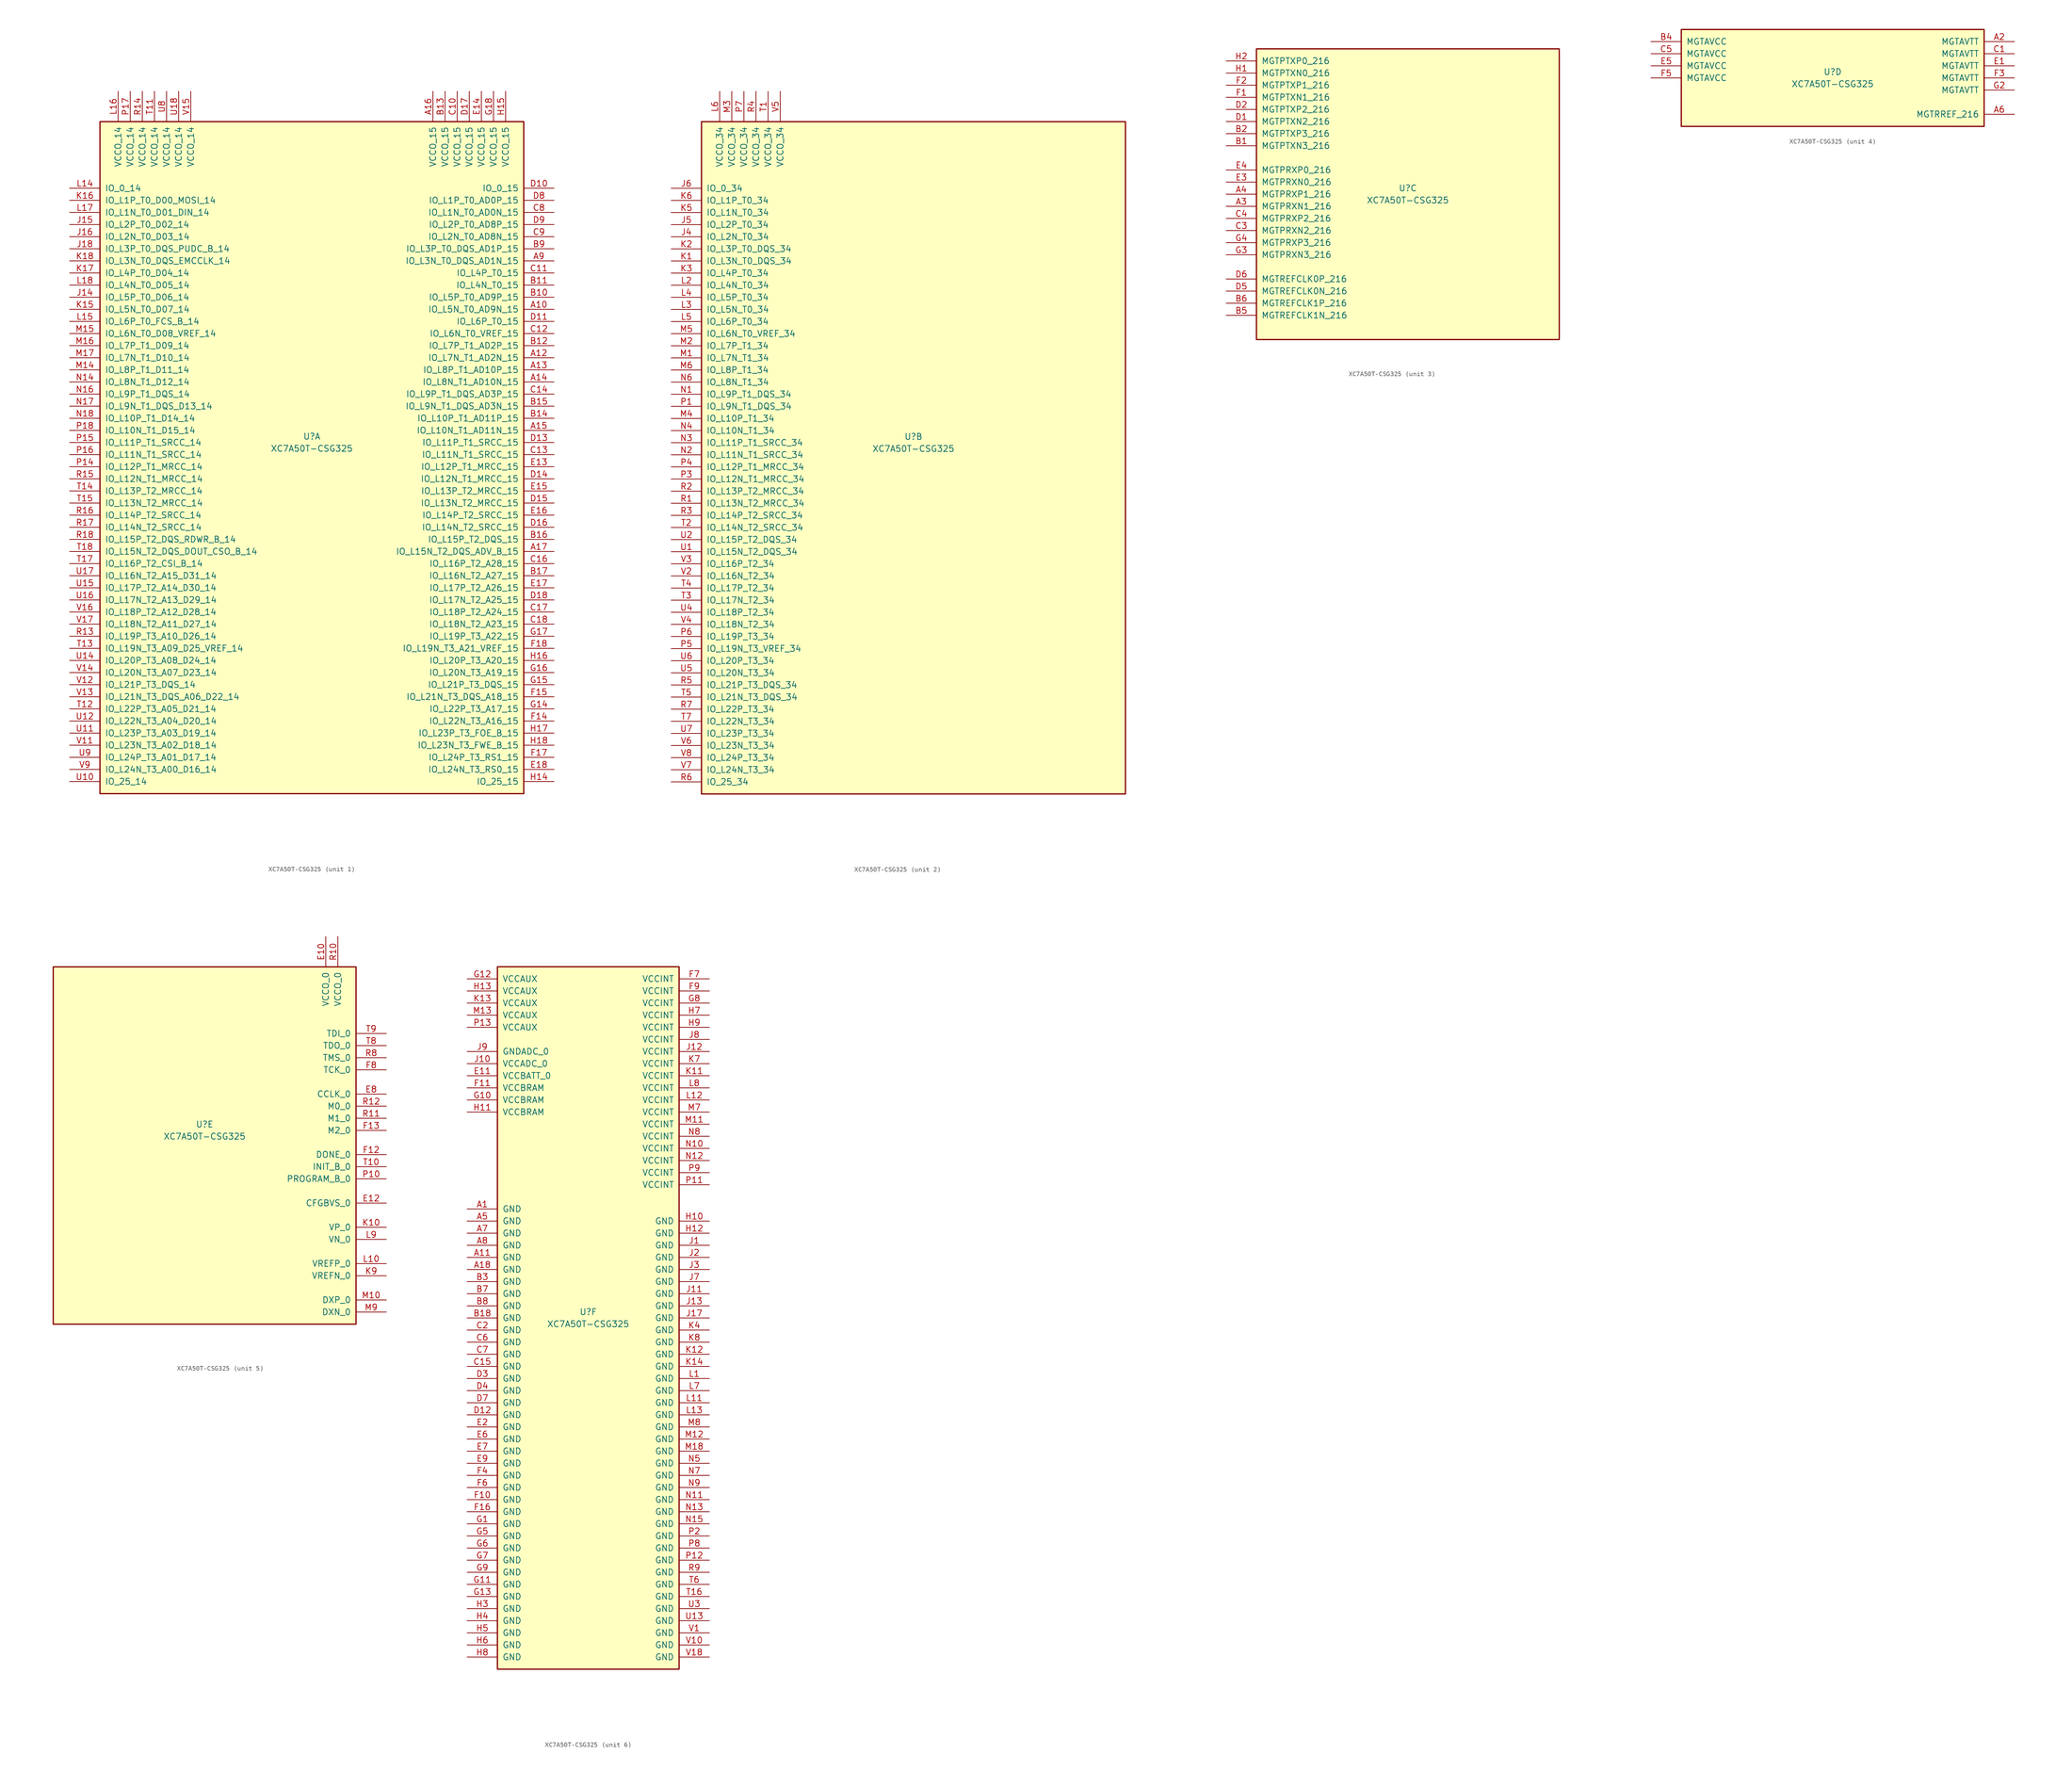
<source format=kicad_sym>
(kicad_symbol_lib
  (version 20201005)
  (generator kicad_symbol_editor)
  (symbol "XC7A50T-CSG325"
    (pin_names
      (offset 1.016))
    (property "Reference" "U"
      (at 0 1.27 0)
      (effects (font (size 1.27 1.27))))
    (property "Value" "XC7A50T-CSG325"
      (at 0 -1.27 0)
      (effects (font (size 1.27 1.27))))
    (property "Datasheet" ""
      (at 0 0 0)
      (effects (font (size 1.27 1.27))))
    (property "ki_locked" ""
      (at 0 0 0)
      (effects (font (size 1.27 1.27))))
    (symbol "XC7A50T-CSG325_1_1"
      (rectangle (start -44.45 67.31) (end 44.45 -73.66) (stroke (width 0.254)) (fill (type background)))
      (pin bidirectional line (at 50.8 27.94 180) (length 6.35) (name "IO_L5N_T0_AD9N_15" (effects (font (size 1.27 1.27)))) (number "A10" (effects (font (size 1.27 1.27)))))
      (pin bidirectional line (at 50.8 17.78 180) (length 6.35) (name "IO_L7N_T1_AD2N_15" (effects (font (size 1.27 1.27)))) (number "A12" (effects (font (size 1.27 1.27)))))
      (pin bidirectional line (at 50.8 15.24 180) (length 6.35) (name "IO_L8P_T1_AD10P_15" (effects (font (size 1.27 1.27)))) (number "A13" (effects (font (size 1.27 1.27)))))
      (pin bidirectional line (at 50.8 12.7 180) (length 6.35) (name "IO_L8N_T1_AD10N_15" (effects (font (size 1.27 1.27)))) (number "A14" (effects (font (size 1.27 1.27)))))
      (pin bidirectional line (at 50.8 2.54 180) (length 6.35) (name "IO_L10N_T1_AD11N_15" (effects (font (size 1.27 1.27)))) (number "A15" (effects (font (size 1.27 1.27)))))
      (pin power_in line (at 25.4 73.66 270) (length 6.35) (name "VCCO_15" (effects (font (size 1.27 1.27)))) (number "A16" (effects (font (size 1.27 1.27)))))
      (pin bidirectional line (at 50.8 -22.86 180) (length 6.35) (name "IO_L15N_T2_DQS_ADV_B_15" (effects (font (size 1.27 1.27)))) (number "A17" (effects (font (size 1.27 1.27)))))
      (pin bidirectional line (at 50.8 38.1 180) (length 6.35) (name "IO_L3N_T0_DQS_AD1N_15" (effects (font (size 1.27 1.27)))) (number "A9" (effects (font (size 1.27 1.27)))))
      (pin bidirectional line (at 50.8 30.48 180) (length 6.35) (name "IO_L5P_T0_AD9P_15" (effects (font (size 1.27 1.27)))) (number "B10" (effects (font (size 1.27 1.27)))))
      (pin bidirectional line (at 50.8 33.02 180) (length 6.35) (name "IO_L4N_T0_15" (effects (font (size 1.27 1.27)))) (number "B11" (effects (font (size 1.27 1.27)))))
      (pin bidirectional line (at 50.8 20.32 180) (length 6.35) (name "IO_L7P_T1_AD2P_15" (effects (font (size 1.27 1.27)))) (number "B12" (effects (font (size 1.27 1.27)))))
      (pin power_in line (at 27.94 73.66 270) (length 6.35) (name "VCCO_15" (effects (font (size 1.27 1.27)))) (number "B13" (effects (font (size 1.27 1.27)))))
      (pin bidirectional line (at 50.8 5.08 180) (length 6.35) (name "IO_L10P_T1_AD11P_15" (effects (font (size 1.27 1.27)))) (number "B14" (effects (font (size 1.27 1.27)))))
      (pin bidirectional line (at 50.8 7.62 180) (length 6.35) (name "IO_L9N_T1_DQS_AD3N_15" (effects (font (size 1.27 1.27)))) (number "B15" (effects (font (size 1.27 1.27)))))
      (pin bidirectional line (at 50.8 -20.32 180) (length 6.35) (name "IO_L15P_T2_DQS_15" (effects (font (size 1.27 1.27)))) (number "B16" (effects (font (size 1.27 1.27)))))
      (pin bidirectional line (at 50.8 -27.94 180) (length 6.35) (name "IO_L16N_T2_A27_15" (effects (font (size 1.27 1.27)))) (number "B17" (effects (font (size 1.27 1.27)))))
      (pin bidirectional line (at 50.8 40.64 180) (length 6.35) (name "IO_L3P_T0_DQS_AD1P_15" (effects (font (size 1.27 1.27)))) (number "B9" (effects (font (size 1.27 1.27)))))
      (pin power_in line (at 30.48 73.66 270) (length 6.35) (name "VCCO_15" (effects (font (size 1.27 1.27)))) (number "C10" (effects (font (size 1.27 1.27)))))
      (pin bidirectional line (at 50.8 35.56 180) (length 6.35) (name "IO_L4P_T0_15" (effects (font (size 1.27 1.27)))) (number "C11" (effects (font (size 1.27 1.27)))))
      (pin bidirectional line (at 50.8 22.86 180) (length 6.35) (name "IO_L6N_T0_VREF_15" (effects (font (size 1.27 1.27)))) (number "C12" (effects (font (size 1.27 1.27)))))
      (pin bidirectional line (at 50.8 -2.54 180) (length 6.35) (name "IO_L11N_T1_SRCC_15" (effects (font (size 1.27 1.27)))) (number "C13" (effects (font (size 1.27 1.27)))))
      (pin bidirectional line (at 50.8 10.16 180) (length 6.35) (name "IO_L9P_T1_DQS_AD3P_15" (effects (font (size 1.27 1.27)))) (number "C14" (effects (font (size 1.27 1.27)))))
      (pin bidirectional line (at 50.8 -25.4 180) (length 6.35) (name "IO_L16P_T2_A28_15" (effects (font (size 1.27 1.27)))) (number "C16" (effects (font (size 1.27 1.27)))))
      (pin bidirectional line (at 50.8 -35.56 180) (length 6.35) (name "IO_L18P_T2_A24_15" (effects (font (size 1.27 1.27)))) (number "C17" (effects (font (size 1.27 1.27)))))
      (pin bidirectional line (at 50.8 -38.1 180) (length 6.35) (name "IO_L18N_T2_A23_15" (effects (font (size 1.27 1.27)))) (number "C18" (effects (font (size 1.27 1.27)))))
      (pin bidirectional line (at 50.8 48.26 180) (length 6.35) (name "IO_L1N_T0_AD0N_15" (effects (font (size 1.27 1.27)))) (number "C8" (effects (font (size 1.27 1.27)))))
      (pin bidirectional line (at 50.8 43.18 180) (length 6.35) (name "IO_L2N_T0_AD8N_15" (effects (font (size 1.27 1.27)))) (number "C9" (effects (font (size 1.27 1.27)))))
      (pin bidirectional line (at 50.8 53.34 180) (length 6.35) (name "IO_0_15" (effects (font (size 1.27 1.27)))) (number "D10" (effects (font (size 1.27 1.27)))))
      (pin bidirectional line (at 50.8 25.4 180) (length 6.35) (name "IO_L6P_T0_15" (effects (font (size 1.27 1.27)))) (number "D11" (effects (font (size 1.27 1.27)))))
      (pin bidirectional line (at 50.8 0 180) (length 6.35) (name "IO_L11P_T1_SRCC_15" (effects (font (size 1.27 1.27)))) (number "D13" (effects (font (size 1.27 1.27)))))
      (pin bidirectional line (at 50.8 -7.62 180) (length 6.35) (name "IO_L12N_T1_MRCC_15" (effects (font (size 1.27 1.27)))) (number "D14" (effects (font (size 1.27 1.27)))))
      (pin bidirectional line (at 50.8 -12.7 180) (length 6.35) (name "IO_L13N_T2_MRCC_15" (effects (font (size 1.27 1.27)))) (number "D15" (effects (font (size 1.27 1.27)))))
      (pin bidirectional line (at 50.8 -17.78 180) (length 6.35) (name "IO_L14N_T2_SRCC_15" (effects (font (size 1.27 1.27)))) (number "D16" (effects (font (size 1.27 1.27)))))
      (pin power_in line (at 33.02 73.66 270) (length 6.35) (name "VCCO_15" (effects (font (size 1.27 1.27)))) (number "D17" (effects (font (size 1.27 1.27)))))
      (pin bidirectional line (at 50.8 -33.02 180) (length 6.35) (name "IO_L17N_T2_A25_15" (effects (font (size 1.27 1.27)))) (number "D18" (effects (font (size 1.27 1.27)))))
      (pin bidirectional line (at 50.8 50.8 180) (length 6.35) (name "IO_L1P_T0_AD0P_15" (effects (font (size 1.27 1.27)))) (number "D8" (effects (font (size 1.27 1.27)))))
      (pin bidirectional line (at 50.8 45.72 180) (length 6.35) (name "IO_L2P_T0_AD8P_15" (effects (font (size 1.27 1.27)))) (number "D9" (effects (font (size 1.27 1.27)))))
      (pin bidirectional line (at 50.8 -5.08 180) (length 6.35) (name "IO_L12P_T1_MRCC_15" (effects (font (size 1.27 1.27)))) (number "E13" (effects (font (size 1.27 1.27)))))
      (pin power_in line (at 35.56 73.66 270) (length 6.35) (name "VCCO_15" (effects (font (size 1.27 1.27)))) (number "E14" (effects (font (size 1.27 1.27)))))
      (pin bidirectional line (at 50.8 -10.16 180) (length 6.35) (name "IO_L13P_T2_MRCC_15" (effects (font (size 1.27 1.27)))) (number "E15" (effects (font (size 1.27 1.27)))))
      (pin bidirectional line (at 50.8 -15.24 180) (length 6.35) (name "IO_L14P_T2_SRCC_15" (effects (font (size 1.27 1.27)))) (number "E16" (effects (font (size 1.27 1.27)))))
      (pin bidirectional line (at 50.8 -30.48 180) (length 6.35) (name "IO_L17P_T2_A26_15" (effects (font (size 1.27 1.27)))) (number "E17" (effects (font (size 1.27 1.27)))))
      (pin bidirectional line (at 50.8 -68.58 180) (length 6.35) (name "IO_L24N_T3_RS0_15" (effects (font (size 1.27 1.27)))) (number "E18" (effects (font (size 1.27 1.27)))))
      (pin bidirectional line (at 50.8 -58.42 180) (length 6.35) (name "IO_L22N_T3_A16_15" (effects (font (size 1.27 1.27)))) (number "F14" (effects (font (size 1.27 1.27)))))
      (pin bidirectional line (at 50.8 -53.34 180) (length 6.35) (name "IO_L21N_T3_DQS_A18_15" (effects (font (size 1.27 1.27)))) (number "F15" (effects (font (size 1.27 1.27)))))
      (pin bidirectional line (at 50.8 -66.04 180) (length 6.35) (name "IO_L24P_T3_RS1_15" (effects (font (size 1.27 1.27)))) (number "F17" (effects (font (size 1.27 1.27)))))
      (pin bidirectional line (at 50.8 -43.18 180) (length 6.35) (name "IO_L19N_T3_A21_VREF_15" (effects (font (size 1.27 1.27)))) (number "F18" (effects (font (size 1.27 1.27)))))
      (pin bidirectional line (at 50.8 -55.88 180) (length 6.35) (name "IO_L22P_T3_A17_15" (effects (font (size 1.27 1.27)))) (number "G14" (effects (font (size 1.27 1.27)))))
      (pin bidirectional line (at 50.8 -50.8 180) (length 6.35) (name "IO_L21P_T3_DQS_15" (effects (font (size 1.27 1.27)))) (number "G15" (effects (font (size 1.27 1.27)))))
      (pin bidirectional line (at 50.8 -48.26 180) (length 6.35) (name "IO_L20N_T3_A19_15" (effects (font (size 1.27 1.27)))) (number "G16" (effects (font (size 1.27 1.27)))))
      (pin bidirectional line (at 50.8 -40.64 180) (length 6.35) (name "IO_L19P_T3_A22_15" (effects (font (size 1.27 1.27)))) (number "G17" (effects (font (size 1.27 1.27)))))
      (pin power_in line (at 38.1 73.66 270) (length 6.35) (name "VCCO_15" (effects (font (size 1.27 1.27)))) (number "G18" (effects (font (size 1.27 1.27)))))
      (pin bidirectional line (at 50.8 -71.12 180) (length 6.35) (name "IO_25_15" (effects (font (size 1.27 1.27)))) (number "H14" (effects (font (size 1.27 1.27)))))
      (pin power_in line (at 40.64 73.66 270) (length 6.35) (name "VCCO_15" (effects (font (size 1.27 1.27)))) (number "H15" (effects (font (size 1.27 1.27)))))
      (pin bidirectional line (at 50.8 -45.72 180) (length 6.35) (name "IO_L20P_T3_A20_15" (effects (font (size 1.27 1.27)))) (number "H16" (effects (font (size 1.27 1.27)))))
      (pin bidirectional line (at 50.8 -60.96 180) (length 6.35) (name "IO_L23P_T3_FOE_B_15" (effects (font (size 1.27 1.27)))) (number "H17" (effects (font (size 1.27 1.27)))))
      (pin bidirectional line (at 50.8 -63.5 180) (length 6.35) (name "IO_L23N_T3_FWE_B_15" (effects (font (size 1.27 1.27)))) (number "H18" (effects (font (size 1.27 1.27)))))
      (pin bidirectional line (at -50.8 30.48 0) (length 6.35) (name "IO_L5P_T0_D06_14" (effects (font (size 1.27 1.27)))) (number "J14" (effects (font (size 1.27 1.27)))))
      (pin bidirectional line (at -50.8 45.72 0) (length 6.35) (name "IO_L2P_T0_D02_14" (effects (font (size 1.27 1.27)))) (number "J15" (effects (font (size 1.27 1.27)))))
      (pin bidirectional line (at -50.8 43.18 0) (length 6.35) (name "IO_L2N_T0_D03_14" (effects (font (size 1.27 1.27)))) (number "J16" (effects (font (size 1.27 1.27)))))
      (pin bidirectional line (at -50.8 40.64 0) (length 6.35) (name "IO_L3P_T0_DQS_PUDC_B_14" (effects (font (size 1.27 1.27)))) (number "J18" (effects (font (size 1.27 1.27)))))
      (pin bidirectional line (at -50.8 27.94 0) (length 6.35) (name "IO_L5N_T0_D07_14" (effects (font (size 1.27 1.27)))) (number "K15" (effects (font (size 1.27 1.27)))))
      (pin bidirectional line (at -50.8 50.8 0) (length 6.35) (name "IO_L1P_T0_D00_MOSI_14" (effects (font (size 1.27 1.27)))) (number "K16" (effects (font (size 1.27 1.27)))))
      (pin bidirectional line (at -50.8 35.56 0) (length 6.35) (name "IO_L4P_T0_D04_14" (effects (font (size 1.27 1.27)))) (number "K17" (effects (font (size 1.27 1.27)))))
      (pin bidirectional line (at -50.8 38.1 0) (length 6.35) (name "IO_L3N_T0_DQS_EMCCLK_14" (effects (font (size 1.27 1.27)))) (number "K18" (effects (font (size 1.27 1.27)))))
      (pin bidirectional line (at -50.8 53.34 0) (length 6.35) (name "IO_0_14" (effects (font (size 1.27 1.27)))) (number "L14" (effects (font (size 1.27 1.27)))))
      (pin bidirectional line (at -50.8 25.4 0) (length 6.35) (name "IO_L6P_T0_FCS_B_14" (effects (font (size 1.27 1.27)))) (number "L15" (effects (font (size 1.27 1.27)))))
      (pin power_in line (at -40.64 73.66 270) (length 6.35) (name "VCCO_14" (effects (font (size 1.27 1.27)))) (number "L16" (effects (font (size 1.27 1.27)))))
      (pin bidirectional line (at -50.8 48.26 0) (length 6.35) (name "IO_L1N_T0_D01_DIN_14" (effects (font (size 1.27 1.27)))) (number "L17" (effects (font (size 1.27 1.27)))))
      (pin bidirectional line (at -50.8 33.02 0) (length 6.35) (name "IO_L4N_T0_D05_14" (effects (font (size 1.27 1.27)))) (number "L18" (effects (font (size 1.27 1.27)))))
      (pin bidirectional line (at -50.8 15.24 0) (length 6.35) (name "IO_L8P_T1_D11_14" (effects (font (size 1.27 1.27)))) (number "M14" (effects (font (size 1.27 1.27)))))
      (pin bidirectional line (at -50.8 22.86 0) (length 6.35) (name "IO_L6N_T0_D08_VREF_14" (effects (font (size 1.27 1.27)))) (number "M15" (effects (font (size 1.27 1.27)))))
      (pin bidirectional line (at -50.8 20.32 0) (length 6.35) (name "IO_L7P_T1_D09_14" (effects (font (size 1.27 1.27)))) (number "M16" (effects (font (size 1.27 1.27)))))
      (pin bidirectional line (at -50.8 17.78 0) (length 6.35) (name "IO_L7N_T1_D10_14" (effects (font (size 1.27 1.27)))) (number "M17" (effects (font (size 1.27 1.27)))))
      (pin bidirectional line (at -50.8 12.7 0) (length 6.35) (name "IO_L8N_T1_D12_14" (effects (font (size 1.27 1.27)))) (number "N14" (effects (font (size 1.27 1.27)))))
      (pin bidirectional line (at -50.8 10.16 0) (length 6.35) (name "IO_L9P_T1_DQS_14" (effects (font (size 1.27 1.27)))) (number "N16" (effects (font (size 1.27 1.27)))))
      (pin bidirectional line (at -50.8 7.62 0) (length 6.35) (name "IO_L9N_T1_DQS_D13_14" (effects (font (size 1.27 1.27)))) (number "N17" (effects (font (size 1.27 1.27)))))
      (pin bidirectional line (at -50.8 5.08 0) (length 6.35) (name "IO_L10P_T1_D14_14" (effects (font (size 1.27 1.27)))) (number "N18" (effects (font (size 1.27 1.27)))))
      (pin bidirectional line (at -50.8 -5.08 0) (length 6.35) (name "IO_L12P_T1_MRCC_14" (effects (font (size 1.27 1.27)))) (number "P14" (effects (font (size 1.27 1.27)))))
      (pin bidirectional line (at -50.8 0 0) (length 6.35) (name "IO_L11P_T1_SRCC_14" (effects (font (size 1.27 1.27)))) (number "P15" (effects (font (size 1.27 1.27)))))
      (pin bidirectional line (at -50.8 -2.54 0) (length 6.35) (name "IO_L11N_T1_SRCC_14" (effects (font (size 1.27 1.27)))) (number "P16" (effects (font (size 1.27 1.27)))))
      (pin power_in line (at -38.1 73.66 270) (length 6.35) (name "VCCO_14" (effects (font (size 1.27 1.27)))) (number "P17" (effects (font (size 1.27 1.27)))))
      (pin bidirectional line (at -50.8 2.54 0) (length 6.35) (name "IO_L10N_T1_D15_14" (effects (font (size 1.27 1.27)))) (number "P18" (effects (font (size 1.27 1.27)))))
      (pin bidirectional line (at -50.8 -40.64 0) (length 6.35) (name "IO_L19P_T3_A10_D26_14" (effects (font (size 1.27 1.27)))) (number "R13" (effects (font (size 1.27 1.27)))))
      (pin power_in line (at -35.56 73.66 270) (length 6.35) (name "VCCO_14" (effects (font (size 1.27 1.27)))) (number "R14" (effects (font (size 1.27 1.27)))))
      (pin bidirectional line (at -50.8 -7.62 0) (length 6.35) (name "IO_L12N_T1_MRCC_14" (effects (font (size 1.27 1.27)))) (number "R15" (effects (font (size 1.27 1.27)))))
      (pin bidirectional line (at -50.8 -15.24 0) (length 6.35) (name "IO_L14P_T2_SRCC_14" (effects (font (size 1.27 1.27)))) (number "R16" (effects (font (size 1.27 1.27)))))
      (pin bidirectional line (at -50.8 -17.78 0) (length 6.35) (name "IO_L14N_T2_SRCC_14" (effects (font (size 1.27 1.27)))) (number "R17" (effects (font (size 1.27 1.27)))))
      (pin bidirectional line (at -50.8 -20.32 0) (length 6.35) (name "IO_L15P_T2_DQS_RDWR_B_14" (effects (font (size 1.27 1.27)))) (number "R18" (effects (font (size 1.27 1.27)))))
      (pin power_in line (at -33.02 73.66 270) (length 6.35) (name "VCCO_14" (effects (font (size 1.27 1.27)))) (number "T11" (effects (font (size 1.27 1.27)))))
      (pin bidirectional line (at -50.8 -55.88 0) (length 6.35) (name "IO_L22P_T3_A05_D21_14" (effects (font (size 1.27 1.27)))) (number "T12" (effects (font (size 1.27 1.27)))))
      (pin bidirectional line (at -50.8 -43.18 0) (length 6.35) (name "IO_L19N_T3_A09_D25_VREF_14" (effects (font (size 1.27 1.27)))) (number "T13" (effects (font (size 1.27 1.27)))))
      (pin bidirectional line (at -50.8 -10.16 0) (length 6.35) (name "IO_L13P_T2_MRCC_14" (effects (font (size 1.27 1.27)))) (number "T14" (effects (font (size 1.27 1.27)))))
      (pin bidirectional line (at -50.8 -12.7 0) (length 6.35) (name "IO_L13N_T2_MRCC_14" (effects (font (size 1.27 1.27)))) (number "T15" (effects (font (size 1.27 1.27)))))
      (pin bidirectional line (at -50.8 -25.4 0) (length 6.35) (name "IO_L16P_T2_CSI_B_14" (effects (font (size 1.27 1.27)))) (number "T17" (effects (font (size 1.27 1.27)))))
      (pin bidirectional line (at -50.8 -22.86 0) (length 6.35) (name "IO_L15N_T2_DQS_DOUT_CSO_B_14" (effects (font (size 1.27 1.27)))) (number "T18" (effects (font (size 1.27 1.27)))))
      (pin bidirectional line (at -50.8 -71.12 0) (length 6.35) (name "IO_25_14" (effects (font (size 1.27 1.27)))) (number "U10" (effects (font (size 1.27 1.27)))))
      (pin bidirectional line (at -50.8 -60.96 0) (length 6.35) (name "IO_L23P_T3_A03_D19_14" (effects (font (size 1.27 1.27)))) (number "U11" (effects (font (size 1.27 1.27)))))
      (pin bidirectional line (at -50.8 -58.42 0) (length 6.35) (name "IO_L22N_T3_A04_D20_14" (effects (font (size 1.27 1.27)))) (number "U12" (effects (font (size 1.27 1.27)))))
      (pin bidirectional line (at -50.8 -45.72 0) (length 6.35) (name "IO_L20P_T3_A08_D24_14" (effects (font (size 1.27 1.27)))) (number "U14" (effects (font (size 1.27 1.27)))))
      (pin bidirectional line (at -50.8 -30.48 0) (length 6.35) (name "IO_L17P_T2_A14_D30_14" (effects (font (size 1.27 1.27)))) (number "U15" (effects (font (size 1.27 1.27)))))
      (pin bidirectional line (at -50.8 -33.02 0) (length 6.35) (name "IO_L17N_T2_A13_D29_14" (effects (font (size 1.27 1.27)))) (number "U16" (effects (font (size 1.27 1.27)))))
      (pin bidirectional line (at -50.8 -27.94 0) (length 6.35) (name "IO_L16N_T2_A15_D31_14" (effects (font (size 1.27 1.27)))) (number "U17" (effects (font (size 1.27 1.27)))))
      (pin power_in line (at -27.94 73.66 270) (length 6.35) (name "VCCO_14" (effects (font (size 1.27 1.27)))) (number "U18" (effects (font (size 1.27 1.27)))))
      (pin power_in line (at -30.48 73.66 270) (length 6.35) (name "VCCO_14" (effects (font (size 1.27 1.27)))) (number "U8" (effects (font (size 1.27 1.27)))))
      (pin bidirectional line (at -50.8 -66.04 0) (length 6.35) (name "IO_L24P_T3_A01_D17_14" (effects (font (size 1.27 1.27)))) (number "U9" (effects (font (size 1.27 1.27)))))
      (pin bidirectional line (at -50.8 -63.5 0) (length 6.35) (name "IO_L23N_T3_A02_D18_14" (effects (font (size 1.27 1.27)))) (number "V11" (effects (font (size 1.27 1.27)))))
      (pin bidirectional line (at -50.8 -50.8 0) (length 6.35) (name "IO_L21P_T3_DQS_14" (effects (font (size 1.27 1.27)))) (number "V12" (effects (font (size 1.27 1.27)))))
      (pin bidirectional line (at -50.8 -53.34 0) (length 6.35) (name "IO_L21N_T3_DQS_A06_D22_14" (effects (font (size 1.27 1.27)))) (number "V13" (effects (font (size 1.27 1.27)))))
      (pin bidirectional line (at -50.8 -48.26 0) (length 6.35) (name "IO_L20N_T3_A07_D23_14" (effects (font (size 1.27 1.27)))) (number "V14" (effects (font (size 1.27 1.27)))))
      (pin power_in line (at -25.4 73.66 270) (length 6.35) (name "VCCO_14" (effects (font (size 1.27 1.27)))) (number "V15" (effects (font (size 1.27 1.27)))))
      (pin bidirectional line (at -50.8 -35.56 0) (length 6.35) (name "IO_L18P_T2_A12_D28_14" (effects (font (size 1.27 1.27)))) (number "V16" (effects (font (size 1.27 1.27)))))
      (pin bidirectional line (at -50.8 -38.1 0) (length 6.35) (name "IO_L18N_T2_A11_D27_14" (effects (font (size 1.27 1.27)))) (number "V17" (effects (font (size 1.27 1.27)))))
      (pin bidirectional line (at -50.8 -68.58 0) (length 6.35) (name "IO_L24N_T3_A00_D16_14" (effects (font (size 1.27 1.27)))) (number "V9" (effects (font (size 1.27 1.27))))))
    (symbol "XC7A50T-CSG325_2_1"
      (rectangle (start -44.45 67.31) (end 44.45 -73.66) (stroke (width 0.254)) (fill (type background)))
      (pin bidirectional line (at -50.8 43.18 0) (length 6.35) (name "IO_L2N_T0_34" (effects (font (size 1.27 1.27)))) (number "J4" (effects (font (size 1.27 1.27)))))
      (pin bidirectional line (at -50.8 45.72 0) (length 6.35) (name "IO_L2P_T0_34" (effects (font (size 1.27 1.27)))) (number "J5" (effects (font (size 1.27 1.27)))))
      (pin bidirectional line (at -50.8 53.34 0) (length 6.35) (name "IO_0_34" (effects (font (size 1.27 1.27)))) (number "J6" (effects (font (size 1.27 1.27)))))
      (pin bidirectional line (at -50.8 38.1 0) (length 6.35) (name "IO_L3N_T0_DQS_34" (effects (font (size 1.27 1.27)))) (number "K1" (effects (font (size 1.27 1.27)))))
      (pin bidirectional line (at -50.8 40.64 0) (length 6.35) (name "IO_L3P_T0_DQS_34" (effects (font (size 1.27 1.27)))) (number "K2" (effects (font (size 1.27 1.27)))))
      (pin bidirectional line (at -50.8 35.56 0) (length 6.35) (name "IO_L4P_T0_34" (effects (font (size 1.27 1.27)))) (number "K3" (effects (font (size 1.27 1.27)))))
      (pin bidirectional line (at -50.8 48.26 0) (length 6.35) (name "IO_L1N_T0_34" (effects (font (size 1.27 1.27)))) (number "K5" (effects (font (size 1.27 1.27)))))
      (pin bidirectional line (at -50.8 50.8 0) (length 6.35) (name "IO_L1P_T0_34" (effects (font (size 1.27 1.27)))) (number "K6" (effects (font (size 1.27 1.27)))))
      (pin bidirectional line (at -50.8 33.02 0) (length 6.35) (name "IO_L4N_T0_34" (effects (font (size 1.27 1.27)))) (number "L2" (effects (font (size 1.27 1.27)))))
      (pin bidirectional line (at -50.8 27.94 0) (length 6.35) (name "IO_L5N_T0_34" (effects (font (size 1.27 1.27)))) (number "L3" (effects (font (size 1.27 1.27)))))
      (pin bidirectional line (at -50.8 30.48 0) (length 6.35) (name "IO_L5P_T0_34" (effects (font (size 1.27 1.27)))) (number "L4" (effects (font (size 1.27 1.27)))))
      (pin bidirectional line (at -50.8 25.4 0) (length 6.35) (name "IO_L6P_T0_34" (effects (font (size 1.27 1.27)))) (number "L5" (effects (font (size 1.27 1.27)))))
      (pin power_in line (at -40.64 73.66 270) (length 6.35) (name "VCCO_34" (effects (font (size 1.27 1.27)))) (number "L6" (effects (font (size 1.27 1.27)))))
      (pin bidirectional line (at -50.8 17.78 0) (length 6.35) (name "IO_L7N_T1_34" (effects (font (size 1.27 1.27)))) (number "M1" (effects (font (size 1.27 1.27)))))
      (pin bidirectional line (at -50.8 20.32 0) (length 6.35) (name "IO_L7P_T1_34" (effects (font (size 1.27 1.27)))) (number "M2" (effects (font (size 1.27 1.27)))))
      (pin power_in line (at -38.1 73.66 270) (length 6.35) (name "VCCO_34" (effects (font (size 1.27 1.27)))) (number "M3" (effects (font (size 1.27 1.27)))))
      (pin bidirectional line (at -50.8 5.08 0) (length 6.35) (name "IO_L10P_T1_34" (effects (font (size 1.27 1.27)))) (number "M4" (effects (font (size 1.27 1.27)))))
      (pin bidirectional line (at -50.8 22.86 0) (length 6.35) (name "IO_L6N_T0_VREF_34" (effects (font (size 1.27 1.27)))) (number "M5" (effects (font (size 1.27 1.27)))))
      (pin bidirectional line (at -50.8 15.24 0) (length 6.35) (name "IO_L8P_T1_34" (effects (font (size 1.27 1.27)))) (number "M6" (effects (font (size 1.27 1.27)))))
      (pin bidirectional line (at -50.8 10.16 0) (length 6.35) (name "IO_L9P_T1_DQS_34" (effects (font (size 1.27 1.27)))) (number "N1" (effects (font (size 1.27 1.27)))))
      (pin bidirectional line (at -50.8 -2.54 0) (length 6.35) (name "IO_L11N_T1_SRCC_34" (effects (font (size 1.27 1.27)))) (number "N2" (effects (font (size 1.27 1.27)))))
      (pin bidirectional line (at -50.8 0 0) (length 6.35) (name "IO_L11P_T1_SRCC_34" (effects (font (size 1.27 1.27)))) (number "N3" (effects (font (size 1.27 1.27)))))
      (pin bidirectional line (at -50.8 2.54 0) (length 6.35) (name "IO_L10N_T1_34" (effects (font (size 1.27 1.27)))) (number "N4" (effects (font (size 1.27 1.27)))))
      (pin bidirectional line (at -50.8 12.7 0) (length 6.35) (name "IO_L8N_T1_34" (effects (font (size 1.27 1.27)))) (number "N6" (effects (font (size 1.27 1.27)))))
      (pin bidirectional line (at -50.8 7.62 0) (length 6.35) (name "IO_L9N_T1_DQS_34" (effects (font (size 1.27 1.27)))) (number "P1" (effects (font (size 1.27 1.27)))))
      (pin bidirectional line (at -50.8 -7.62 0) (length 6.35) (name "IO_L12N_T1_MRCC_34" (effects (font (size 1.27 1.27)))) (number "P3" (effects (font (size 1.27 1.27)))))
      (pin bidirectional line (at -50.8 -5.08 0) (length 6.35) (name "IO_L12P_T1_MRCC_34" (effects (font (size 1.27 1.27)))) (number "P4" (effects (font (size 1.27 1.27)))))
      (pin bidirectional line (at -50.8 -43.18 0) (length 6.35) (name "IO_L19N_T3_VREF_34" (effects (font (size 1.27 1.27)))) (number "P5" (effects (font (size 1.27 1.27)))))
      (pin bidirectional line (at -50.8 -40.64 0) (length 6.35) (name "IO_L19P_T3_34" (effects (font (size 1.27 1.27)))) (number "P6" (effects (font (size 1.27 1.27)))))
      (pin power_in line (at -35.56 73.66 270) (length 6.35) (name "VCCO_34" (effects (font (size 1.27 1.27)))) (number "P7" (effects (font (size 1.27 1.27)))))
      (pin bidirectional line (at -50.8 -12.7 0) (length 6.35) (name "IO_L13N_T2_MRCC_34" (effects (font (size 1.27 1.27)))) (number "R1" (effects (font (size 1.27 1.27)))))
      (pin bidirectional line (at -50.8 -10.16 0) (length 6.35) (name "IO_L13P_T2_MRCC_34" (effects (font (size 1.27 1.27)))) (number "R2" (effects (font (size 1.27 1.27)))))
      (pin bidirectional line (at -50.8 -15.24 0) (length 6.35) (name "IO_L14P_T2_SRCC_34" (effects (font (size 1.27 1.27)))) (number "R3" (effects (font (size 1.27 1.27)))))
      (pin power_in line (at -33.02 73.66 270) (length 6.35) (name "VCCO_34" (effects (font (size 1.27 1.27)))) (number "R4" (effects (font (size 1.27 1.27)))))
      (pin bidirectional line (at -50.8 -50.8 0) (length 6.35) (name "IO_L21P_T3_DQS_34" (effects (font (size 1.27 1.27)))) (number "R5" (effects (font (size 1.27 1.27)))))
      (pin bidirectional line (at -50.8 -71.12 0) (length 6.35) (name "IO_25_34" (effects (font (size 1.27 1.27)))) (number "R6" (effects (font (size 1.27 1.27)))))
      (pin bidirectional line (at -50.8 -55.88 0) (length 6.35) (name "IO_L22P_T3_34" (effects (font (size 1.27 1.27)))) (number "R7" (effects (font (size 1.27 1.27)))))
      (pin power_in line (at -30.48 73.66 270) (length 6.35) (name "VCCO_34" (effects (font (size 1.27 1.27)))) (number "T1" (effects (font (size 1.27 1.27)))))
      (pin bidirectional line (at -50.8 -17.78 0) (length 6.35) (name "IO_L14N_T2_SRCC_34" (effects (font (size 1.27 1.27)))) (number "T2" (effects (font (size 1.27 1.27)))))
      (pin bidirectional line (at -50.8 -33.02 0) (length 6.35) (name "IO_L17N_T2_34" (effects (font (size 1.27 1.27)))) (number "T3" (effects (font (size 1.27 1.27)))))
      (pin bidirectional line (at -50.8 -30.48 0) (length 6.35) (name "IO_L17P_T2_34" (effects (font (size 1.27 1.27)))) (number "T4" (effects (font (size 1.27 1.27)))))
      (pin bidirectional line (at -50.8 -53.34 0) (length 6.35) (name "IO_L21N_T3_DQS_34" (effects (font (size 1.27 1.27)))) (number "T5" (effects (font (size 1.27 1.27)))))
      (pin bidirectional line (at -50.8 -58.42 0) (length 6.35) (name "IO_L22N_T3_34" (effects (font (size 1.27 1.27)))) (number "T7" (effects (font (size 1.27 1.27)))))
      (pin bidirectional line (at -50.8 -22.86 0) (length 6.35) (name "IO_L15N_T2_DQS_34" (effects (font (size 1.27 1.27)))) (number "U1" (effects (font (size 1.27 1.27)))))
      (pin bidirectional line (at -50.8 -20.32 0) (length 6.35) (name "IO_L15P_T2_DQS_34" (effects (font (size 1.27 1.27)))) (number "U2" (effects (font (size 1.27 1.27)))))
      (pin bidirectional line (at -50.8 -35.56 0) (length 6.35) (name "IO_L18P_T2_34" (effects (font (size 1.27 1.27)))) (number "U4" (effects (font (size 1.27 1.27)))))
      (pin bidirectional line (at -50.8 -48.26 0) (length 6.35) (name "IO_L20N_T3_34" (effects (font (size 1.27 1.27)))) (number "U5" (effects (font (size 1.27 1.27)))))
      (pin bidirectional line (at -50.8 -45.72 0) (length 6.35) (name "IO_L20P_T3_34" (effects (font (size 1.27 1.27)))) (number "U6" (effects (font (size 1.27 1.27)))))
      (pin bidirectional line (at -50.8 -60.96 0) (length 6.35) (name "IO_L23P_T3_34" (effects (font (size 1.27 1.27)))) (number "U7" (effects (font (size 1.27 1.27)))))
      (pin bidirectional line (at -50.8 -27.94 0) (length 6.35) (name "IO_L16N_T2_34" (effects (font (size 1.27 1.27)))) (number "V2" (effects (font (size 1.27 1.27)))))
      (pin bidirectional line (at -50.8 -25.4 0) (length 6.35) (name "IO_L16P_T2_34" (effects (font (size 1.27 1.27)))) (number "V3" (effects (font (size 1.27 1.27)))))
      (pin bidirectional line (at -50.8 -38.1 0) (length 6.35) (name "IO_L18N_T2_34" (effects (font (size 1.27 1.27)))) (number "V4" (effects (font (size 1.27 1.27)))))
      (pin power_in line (at -27.94 73.66 270) (length 6.35) (name "VCCO_34" (effects (font (size 1.27 1.27)))) (number "V5" (effects (font (size 1.27 1.27)))))
      (pin bidirectional line (at -50.8 -63.5 0) (length 6.35) (name "IO_L23N_T3_34" (effects (font (size 1.27 1.27)))) (number "V6" (effects (font (size 1.27 1.27)))))
      (pin bidirectional line (at -50.8 -68.58 0) (length 6.35) (name "IO_L24N_T3_34" (effects (font (size 1.27 1.27)))) (number "V7" (effects (font (size 1.27 1.27)))))
      (pin bidirectional line (at -50.8 -66.04 0) (length 6.35) (name "IO_L24P_T3_34" (effects (font (size 1.27 1.27)))) (number "V8" (effects (font (size 1.27 1.27))))))
    (symbol "XC7A50T-CSG325_3_1"
      (rectangle (start -31.75 30.48) (end 31.75 -30.48) (stroke (width 0.254)) (fill (type background)))
      (pin bidirectional line (at -38.1 -2.54 0) (length 6.35) (name "MGTPRXN1_216" (effects (font (size 1.27 1.27)))) (number "A3" (effects (font (size 1.27 1.27)))))
      (pin bidirectional line (at -38.1 0 0) (length 6.35) (name "MGTPRXP1_216" (effects (font (size 1.27 1.27)))) (number "A4" (effects (font (size 1.27 1.27)))))
      (pin bidirectional line (at -38.1 10.16 0) (length 6.35) (name "MGTPTXN3_216" (effects (font (size 1.27 1.27)))) (number "B1" (effects (font (size 1.27 1.27)))))
      (pin bidirectional line (at -38.1 12.7 0) (length 6.35) (name "MGTPTXP3_216" (effects (font (size 1.27 1.27)))) (number "B2" (effects (font (size 1.27 1.27)))))
      (pin bidirectional line (at -38.1 -25.4 0) (length 6.35) (name "MGTREFCLK1N_216" (effects (font (size 1.27 1.27)))) (number "B5" (effects (font (size 1.27 1.27)))))
      (pin bidirectional line (at -38.1 -22.86 0) (length 6.35) (name "MGTREFCLK1P_216" (effects (font (size 1.27 1.27)))) (number "B6" (effects (font (size 1.27 1.27)))))
      (pin bidirectional line (at -38.1 -7.62 0) (length 6.35) (name "MGTPRXN2_216" (effects (font (size 1.27 1.27)))) (number "C3" (effects (font (size 1.27 1.27)))))
      (pin bidirectional line (at -38.1 -5.08 0) (length 6.35) (name "MGTPRXP2_216" (effects (font (size 1.27 1.27)))) (number "C4" (effects (font (size 1.27 1.27)))))
      (pin bidirectional line (at -38.1 15.24 0) (length 6.35) (name "MGTPTXN2_216" (effects (font (size 1.27 1.27)))) (number "D1" (effects (font (size 1.27 1.27)))))
      (pin bidirectional line (at -38.1 17.78 0) (length 6.35) (name "MGTPTXP2_216" (effects (font (size 1.27 1.27)))) (number "D2" (effects (font (size 1.27 1.27)))))
      (pin bidirectional line (at -38.1 -20.32 0) (length 6.35) (name "MGTREFCLK0N_216" (effects (font (size 1.27 1.27)))) (number "D5" (effects (font (size 1.27 1.27)))))
      (pin bidirectional line (at -38.1 -17.78 0) (length 6.35) (name "MGTREFCLK0P_216" (effects (font (size 1.27 1.27)))) (number "D6" (effects (font (size 1.27 1.27)))))
      (pin bidirectional line (at -38.1 2.54 0) (length 6.35) (name "MGTPRXN0_216" (effects (font (size 1.27 1.27)))) (number "E3" (effects (font (size 1.27 1.27)))))
      (pin bidirectional line (at -38.1 5.08 0) (length 6.35) (name "MGTPRXP0_216" (effects (font (size 1.27 1.27)))) (number "E4" (effects (font (size 1.27 1.27)))))
      (pin bidirectional line (at -38.1 20.32 0) (length 6.35) (name "MGTPTXN1_216" (effects (font (size 1.27 1.27)))) (number "F1" (effects (font (size 1.27 1.27)))))
      (pin bidirectional line (at -38.1 22.86 0) (length 6.35) (name "MGTPTXP1_216" (effects (font (size 1.27 1.27)))) (number "F2" (effects (font (size 1.27 1.27)))))
      (pin bidirectional line (at -38.1 -12.7 0) (length 6.35) (name "MGTPRXN3_216" (effects (font (size 1.27 1.27)))) (number "G3" (effects (font (size 1.27 1.27)))))
      (pin bidirectional line (at -38.1 -10.16 0) (length 6.35) (name "MGTPRXP3_216" (effects (font (size 1.27 1.27)))) (number "G4" (effects (font (size 1.27 1.27)))))
      (pin bidirectional line (at -38.1 25.4 0) (length 6.35) (name "MGTPTXN0_216" (effects (font (size 1.27 1.27)))) (number "H1" (effects (font (size 1.27 1.27)))))
      (pin bidirectional line (at -38.1 27.94 0) (length 6.35) (name "MGTPTXP0_216" (effects (font (size 1.27 1.27)))) (number "H2" (effects (font (size 1.27 1.27))))))
    (symbol "XC7A50T-CSG325_4_1"
      (rectangle (start -31.75 10.16) (end 31.75 -10.16) (stroke (width 0.254)) (fill (type background)))
      (pin power_in line (at 38.1 7.62 180) (length 6.35) (name "MGTAVTT" (effects (font (size 1.27 1.27)))) (number "A2" (effects (font (size 1.27 1.27)))))
      (pin power_in line (at 38.1 -7.62 180) (length 6.35) (name "MGTRREF_216" (effects (font (size 1.27 1.27)))) (number "A6" (effects (font (size 1.27 1.27)))))
      (pin power_in line (at -38.1 7.62 0) (length 6.35) (name "MGTAVCC" (effects (font (size 1.27 1.27)))) (number "B4" (effects (font (size 1.27 1.27)))))
      (pin power_in line (at 38.1 5.08 180) (length 6.35) (name "MGTAVTT" (effects (font (size 1.27 1.27)))) (number "C1" (effects (font (size 1.27 1.27)))))
      (pin power_in line (at -38.1 5.08 0) (length 6.35) (name "MGTAVCC" (effects (font (size 1.27 1.27)))) (number "C5" (effects (font (size 1.27 1.27)))))
      (pin power_in line (at 38.1 2.54 180) (length 6.35) (name "MGTAVTT" (effects (font (size 1.27 1.27)))) (number "E1" (effects (font (size 1.27 1.27)))))
      (pin power_in line (at -38.1 2.54 0) (length 6.35) (name "MGTAVCC" (effects (font (size 1.27 1.27)))) (number "E5" (effects (font (size 1.27 1.27)))))
      (pin power_in line (at 38.1 0 180) (length 6.35) (name "MGTAVTT" (effects (font (size 1.27 1.27)))) (number "F3" (effects (font (size 1.27 1.27)))))
      (pin power_in line (at -38.1 0 0) (length 6.35) (name "MGTAVCC" (effects (font (size 1.27 1.27)))) (number "F5" (effects (font (size 1.27 1.27)))))
      (pin power_in line (at 38.1 -2.54 180) (length 6.35) (name "MGTAVTT" (effects (font (size 1.27 1.27)))) (number "G2" (effects (font (size 1.27 1.27))))))
    (symbol "XC7A50T-CSG325_5_1"
      (rectangle (start -31.75 34.29) (end 31.75 -40.64) (stroke (width 0.254)) (fill (type background)))
      (pin power_in line (at 25.4 40.64 270) (length 6.35) (name "VCCO_0" (effects (font (size 1.27 1.27)))) (number "E10" (effects (font (size 1.27 1.27)))))
      (pin bidirectional line (at 38.1 -15.24 180) (length 6.35) (name "CFGBVS_0" (effects (font (size 1.27 1.27)))) (number "E12" (effects (font (size 1.27 1.27)))))
      (pin bidirectional line (at 38.1 7.62 180) (length 6.35) (name "CCLK_0" (effects (font (size 1.27 1.27)))) (number "E8" (effects (font (size 1.27 1.27)))))
      (pin bidirectional line (at 38.1 -5.08 180) (length 6.35) (name "DONE_0" (effects (font (size 1.27 1.27)))) (number "F12" (effects (font (size 1.27 1.27)))))
      (pin bidirectional line (at 38.1 0 180) (length 6.35) (name "M2_0" (effects (font (size 1.27 1.27)))) (number "F13" (effects (font (size 1.27 1.27)))))
      (pin bidirectional line (at 38.1 12.7 180) (length 6.35) (name "TCK_0" (effects (font (size 1.27 1.27)))) (number "F8" (effects (font (size 1.27 1.27)))))
      (pin bidirectional line (at 38.1 -20.32 180) (length 6.35) (name "VP_0" (effects (font (size 1.27 1.27)))) (number "K10" (effects (font (size 1.27 1.27)))))
      (pin bidirectional line (at 38.1 -30.48 180) (length 6.35) (name "VREFN_0" (effects (font (size 1.27 1.27)))) (number "K9" (effects (font (size 1.27 1.27)))))
      (pin bidirectional line (at 38.1 -27.94 180) (length 6.35) (name "VREFP_0" (effects (font (size 1.27 1.27)))) (number "L10" (effects (font (size 1.27 1.27)))))
      (pin bidirectional line (at 38.1 -22.86 180) (length 6.35) (name "VN_0" (effects (font (size 1.27 1.27)))) (number "L9" (effects (font (size 1.27 1.27)))))
      (pin bidirectional line (at 38.1 -35.56 180) (length 6.35) (name "DXP_0" (effects (font (size 1.27 1.27)))) (number "M10" (effects (font (size 1.27 1.27)))))
      (pin bidirectional line (at 38.1 -38.1 180) (length 6.35) (name "DXN_0" (effects (font (size 1.27 1.27)))) (number "M9" (effects (font (size 1.27 1.27)))))
      (pin bidirectional line (at 38.1 -10.16 180) (length 6.35) (name "PROGRAM_B_0" (effects (font (size 1.27 1.27)))) (number "P10" (effects (font (size 1.27 1.27)))))
      (pin power_in line (at 27.94 40.64 270) (length 6.35) (name "VCCO_0" (effects (font (size 1.27 1.27)))) (number "R10" (effects (font (size 1.27 1.27)))))
      (pin bidirectional line (at 38.1 2.54 180) (length 6.35) (name "M1_0" (effects (font (size 1.27 1.27)))) (number "R11" (effects (font (size 1.27 1.27)))))
      (pin bidirectional line (at 38.1 5.08 180) (length 6.35) (name "M0_0" (effects (font (size 1.27 1.27)))) (number "R12" (effects (font (size 1.27 1.27)))))
      (pin bidirectional line (at 38.1 15.24 180) (length 6.35) (name "TMS_0" (effects (font (size 1.27 1.27)))) (number "R8" (effects (font (size 1.27 1.27)))))
      (pin bidirectional line (at 38.1 -7.62 180) (length 6.35) (name "INIT_B_0" (effects (font (size 1.27 1.27)))) (number "T10" (effects (font (size 1.27 1.27)))))
      (pin bidirectional line (at 38.1 17.78 180) (length 6.35) (name "TDO_0" (effects (font (size 1.27 1.27)))) (number "T8" (effects (font (size 1.27 1.27)))))
      (pin bidirectional line (at 38.1 20.32 180) (length 6.35) (name "TDI_0" (effects (font (size 1.27 1.27)))) (number "T9" (effects (font (size 1.27 1.27))))))
    (symbol "XC7A50T-CSG325_6_1"
      (rectangle (start -19.05 73.66) (end 19.05 -73.66) (stroke (width 0.254)) (fill (type background)))
      (pin power_in line (at -25.4 22.86 0) (length 6.35) (name "GND" (effects (font (size 1.27 1.27)))) (number "A1" (effects (font (size 1.27 1.27)))))
      (pin power_in line (at -25.4 12.7 0) (length 6.35) (name "GND" (effects (font (size 1.27 1.27)))) (number "A11" (effects (font (size 1.27 1.27)))))
      (pin power_in line (at -25.4 10.16 0) (length 6.35) (name "GND" (effects (font (size 1.27 1.27)))) (number "A18" (effects (font (size 1.27 1.27)))))
      (pin power_in line (at -25.4 20.32 0) (length 6.35) (name "GND" (effects (font (size 1.27 1.27)))) (number "A5" (effects (font (size 1.27 1.27)))))
      (pin power_in line (at -25.4 17.78 0) (length 6.35) (name "GND" (effects (font (size 1.27 1.27)))) (number "A7" (effects (font (size 1.27 1.27)))))
      (pin power_in line (at -25.4 15.24 0) (length 6.35) (name "GND" (effects (font (size 1.27 1.27)))) (number "A8" (effects (font (size 1.27 1.27)))))
      (pin power_in line (at -25.4 0 0) (length 6.35) (name "GND" (effects (font (size 1.27 1.27)))) (number "B18" (effects (font (size 1.27 1.27)))))
      (pin power_in line (at -25.4 7.62 0) (length 6.35) (name "GND" (effects (font (size 1.27 1.27)))) (number "B3" (effects (font (size 1.27 1.27)))))
      (pin power_in line (at -25.4 5.08 0) (length 6.35) (name "GND" (effects (font (size 1.27 1.27)))) (number "B7" (effects (font (size 1.27 1.27)))))
      (pin power_in line (at -25.4 2.54 0) (length 6.35) (name "GND" (effects (font (size 1.27 1.27)))) (number "B8" (effects (font (size 1.27 1.27)))))
      (pin power_in line (at -25.4 -10.16 0) (length 6.35) (name "GND" (effects (font (size 1.27 1.27)))) (number "C15" (effects (font (size 1.27 1.27)))))
      (pin power_in line (at -25.4 -2.54 0) (length 6.35) (name "GND" (effects (font (size 1.27 1.27)))) (number "C2" (effects (font (size 1.27 1.27)))))
      (pin power_in line (at -25.4 -5.08 0) (length 6.35) (name "GND" (effects (font (size 1.27 1.27)))) (number "C6" (effects (font (size 1.27 1.27)))))
      (pin power_in line (at -25.4 -7.62 0) (length 6.35) (name "GND" (effects (font (size 1.27 1.27)))) (number "C7" (effects (font (size 1.27 1.27)))))
      (pin power_in line (at -25.4 -20.32 0) (length 6.35) (name "GND" (effects (font (size 1.27 1.27)))) (number "D12" (effects (font (size 1.27 1.27)))))
      (pin power_in line (at -25.4 -12.7 0) (length 6.35) (name "GND" (effects (font (size 1.27 1.27)))) (number "D3" (effects (font (size 1.27 1.27)))))
      (pin power_in line (at -25.4 -15.24 0) (length 6.35) (name "GND" (effects (font (size 1.27 1.27)))) (number "D4" (effects (font (size 1.27 1.27)))))
      (pin power_in line (at -25.4 -17.78 0) (length 6.35) (name "GND" (effects (font (size 1.27 1.27)))) (number "D7" (effects (font (size 1.27 1.27)))))
      (pin power_in line (at -25.4 50.8 0) (length 6.35) (name "VCCBATT_0" (effects (font (size 1.27 1.27)))) (number "E11" (effects (font (size 1.27 1.27)))))
      (pin power_in line (at -25.4 -22.86 0) (length 6.35) (name "GND" (effects (font (size 1.27 1.27)))) (number "E2" (effects (font (size 1.27 1.27)))))
      (pin power_in line (at -25.4 -25.4 0) (length 6.35) (name "GND" (effects (font (size 1.27 1.27)))) (number "E6" (effects (font (size 1.27 1.27)))))
      (pin power_in line (at -25.4 -27.94 0) (length 6.35) (name "GND" (effects (font (size 1.27 1.27)))) (number "E7" (effects (font (size 1.27 1.27)))))
      (pin power_in line (at -25.4 -30.48 0) (length 6.35) (name "GND" (effects (font (size 1.27 1.27)))) (number "E9" (effects (font (size 1.27 1.27)))))
      (pin power_in line (at -25.4 -38.1 0) (length 6.35) (name "GND" (effects (font (size 1.27 1.27)))) (number "F10" (effects (font (size 1.27 1.27)))))
      (pin power_in line (at -25.4 48.26 0) (length 6.35) (name "VCCBRAM" (effects (font (size 1.27 1.27)))) (number "F11" (effects (font (size 1.27 1.27)))))
      (pin power_in line (at -25.4 -40.64 0) (length 6.35) (name "GND" (effects (font (size 1.27 1.27)))) (number "F16" (effects (font (size 1.27 1.27)))))
      (pin power_in line (at -25.4 -33.02 0) (length 6.35) (name "GND" (effects (font (size 1.27 1.27)))) (number "F4" (effects (font (size 1.27 1.27)))))
      (pin power_in line (at -25.4 -35.56 0) (length 6.35) (name "GND" (effects (font (size 1.27 1.27)))) (number "F6" (effects (font (size 1.27 1.27)))))
      (pin power_in line (at 25.4 71.12 180) (length 6.35) (name "VCCINT" (effects (font (size 1.27 1.27)))) (number "F7" (effects (font (size 1.27 1.27)))))
      (pin power_in line (at 25.4 68.58 180) (length 6.35) (name "VCCINT" (effects (font (size 1.27 1.27)))) (number "F9" (effects (font (size 1.27 1.27)))))
      (pin power_in line (at -25.4 -43.18 0) (length 6.35) (name "GND" (effects (font (size 1.27 1.27)))) (number "G1" (effects (font (size 1.27 1.27)))))
      (pin power_in line (at -25.4 45.72 0) (length 6.35) (name "VCCBRAM" (effects (font (size 1.27 1.27)))) (number "G10" (effects (font (size 1.27 1.27)))))
      (pin power_in line (at -25.4 -55.88 0) (length 6.35) (name "GND" (effects (font (size 1.27 1.27)))) (number "G11" (effects (font (size 1.27 1.27)))))
      (pin power_in line (at -25.4 71.12 0) (length 6.35) (name "VCCAUX" (effects (font (size 1.27 1.27)))) (number "G12" (effects (font (size 1.27 1.27)))))
      (pin power_in line (at -25.4 -58.42 0) (length 6.35) (name "GND" (effects (font (size 1.27 1.27)))) (number "G13" (effects (font (size 1.27 1.27)))))
      (pin power_in line (at -25.4 -45.72 0) (length 6.35) (name "GND" (effects (font (size 1.27 1.27)))) (number "G5" (effects (font (size 1.27 1.27)))))
      (pin power_in line (at -25.4 -48.26 0) (length 6.35) (name "GND" (effects (font (size 1.27 1.27)))) (number "G6" (effects (font (size 1.27 1.27)))))
      (pin power_in line (at -25.4 -50.8 0) (length 6.35) (name "GND" (effects (font (size 1.27 1.27)))) (number "G7" (effects (font (size 1.27 1.27)))))
      (pin power_in line (at 25.4 66.04 180) (length 6.35) (name "VCCINT" (effects (font (size 1.27 1.27)))) (number "G8" (effects (font (size 1.27 1.27)))))
      (pin power_in line (at -25.4 -53.34 0) (length 6.35) (name "GND" (effects (font (size 1.27 1.27)))) (number "G9" (effects (font (size 1.27 1.27)))))
      (pin power_in line (at 25.4 20.32 180) (length 6.35) (name "GND" (effects (font (size 1.27 1.27)))) (number "H10" (effects (font (size 1.27 1.27)))))
      (pin power_in line (at -25.4 43.18 0) (length 6.35) (name "VCCBRAM" (effects (font (size 1.27 1.27)))) (number "H11" (effects (font (size 1.27 1.27)))))
      (pin power_in line (at 25.4 17.78 180) (length 6.35) (name "GND" (effects (font (size 1.27 1.27)))) (number "H12" (effects (font (size 1.27 1.27)))))
      (pin power_in line (at -25.4 68.58 0) (length 6.35) (name "VCCAUX" (effects (font (size 1.27 1.27)))) (number "H13" (effects (font (size 1.27 1.27)))))
      (pin power_in line (at -25.4 -60.96 0) (length 6.35) (name "GND" (effects (font (size 1.27 1.27)))) (number "H3" (effects (font (size 1.27 1.27)))))
      (pin power_in line (at -25.4 -63.5 0) (length 6.35) (name "GND" (effects (font (size 1.27 1.27)))) (number "H4" (effects (font (size 1.27 1.27)))))
      (pin power_in line (at -25.4 -66.04 0) (length 6.35) (name "GND" (effects (font (size 1.27 1.27)))) (number "H5" (effects (font (size 1.27 1.27)))))
      (pin power_in line (at -25.4 -68.58 0) (length 6.35) (name "GND" (effects (font (size 1.27 1.27)))) (number "H6" (effects (font (size 1.27 1.27)))))
      (pin power_in line (at 25.4 63.5 180) (length 6.35) (name "VCCINT" (effects (font (size 1.27 1.27)))) (number "H7" (effects (font (size 1.27 1.27)))))
      (pin power_in line (at -25.4 -71.12 0) (length 6.35) (name "GND" (effects (font (size 1.27 1.27)))) (number "H8" (effects (font (size 1.27 1.27)))))
      (pin power_in line (at 25.4 60.96 180) (length 6.35) (name "VCCINT" (effects (font (size 1.27 1.27)))) (number "H9" (effects (font (size 1.27 1.27)))))
      (pin power_in line (at 25.4 15.24 180) (length 6.35) (name "GND" (effects (font (size 1.27 1.27)))) (number "J1" (effects (font (size 1.27 1.27)))))
      (pin power_in line (at -25.4 53.34 0) (length 6.35) (name "VCCADC_0" (effects (font (size 1.27 1.27)))) (number "J10" (effects (font (size 1.27 1.27)))))
      (pin power_in line (at 25.4 5.08 180) (length 6.35) (name "GND" (effects (font (size 1.27 1.27)))) (number "J11" (effects (font (size 1.27 1.27)))))
      (pin power_in line (at 25.4 55.88 180) (length 6.35) (name "VCCINT" (effects (font (size 1.27 1.27)))) (number "J12" (effects (font (size 1.27 1.27)))))
      (pin power_in line (at 25.4 2.54 180) (length 6.35) (name "GND" (effects (font (size 1.27 1.27)))) (number "J13" (effects (font (size 1.27 1.27)))))
      (pin power_in line (at 25.4 0 180) (length 6.35) (name "GND" (effects (font (size 1.27 1.27)))) (number "J17" (effects (font (size 1.27 1.27)))))
      (pin power_in line (at 25.4 12.7 180) (length 6.35) (name "GND" (effects (font (size 1.27 1.27)))) (number "J2" (effects (font (size 1.27 1.27)))))
      (pin power_in line (at 25.4 10.16 180) (length 6.35) (name "GND" (effects (font (size 1.27 1.27)))) (number "J3" (effects (font (size 1.27 1.27)))))
      (pin power_in line (at 25.4 7.62 180) (length 6.35) (name "GND" (effects (font (size 1.27 1.27)))) (number "J7" (effects (font (size 1.27 1.27)))))
      (pin power_in line (at 25.4 58.42 180) (length 6.35) (name "VCCINT" (effects (font (size 1.27 1.27)))) (number "J8" (effects (font (size 1.27 1.27)))))
      (pin power_in line (at -25.4 55.88 0) (length 6.35) (name "GNDADC_0" (effects (font (size 1.27 1.27)))) (number "J9" (effects (font (size 1.27 1.27)))))
      (pin power_in line (at 25.4 50.8 180) (length 6.35) (name "VCCINT" (effects (font (size 1.27 1.27)))) (number "K11" (effects (font (size 1.27 1.27)))))
      (pin power_in line (at 25.4 -7.62 180) (length 6.35) (name "GND" (effects (font (size 1.27 1.27)))) (number "K12" (effects (font (size 1.27 1.27)))))
      (pin power_in line (at -25.4 66.04 0) (length 6.35) (name "VCCAUX" (effects (font (size 1.27 1.27)))) (number "K13" (effects (font (size 1.27 1.27)))))
      (pin power_in line (at 25.4 -10.16 180) (length 6.35) (name "GND" (effects (font (size 1.27 1.27)))) (number "K14" (effects (font (size 1.27 1.27)))))
      (pin power_in line (at 25.4 -2.54 180) (length 6.35) (name "GND" (effects (font (size 1.27 1.27)))) (number "K4" (effects (font (size 1.27 1.27)))))
      (pin power_in line (at 25.4 53.34 180) (length 6.35) (name "VCCINT" (effects (font (size 1.27 1.27)))) (number "K7" (effects (font (size 1.27 1.27)))))
      (pin power_in line (at 25.4 -5.08 180) (length 6.35) (name "GND" (effects (font (size 1.27 1.27)))) (number "K8" (effects (font (size 1.27 1.27)))))
      (pin power_in line (at 25.4 -12.7 180) (length 6.35) (name "GND" (effects (font (size 1.27 1.27)))) (number "L1" (effects (font (size 1.27 1.27)))))
      (pin power_in line (at 25.4 -17.78 180) (length 6.35) (name "GND" (effects (font (size 1.27 1.27)))) (number "L11" (effects (font (size 1.27 1.27)))))
      (pin power_in line (at 25.4 45.72 180) (length 6.35) (name "VCCINT" (effects (font (size 1.27 1.27)))) (number "L12" (effects (font (size 1.27 1.27)))))
      (pin power_in line (at 25.4 -20.32 180) (length 6.35) (name "GND" (effects (font (size 1.27 1.27)))) (number "L13" (effects (font (size 1.27 1.27)))))
      (pin power_in line (at 25.4 -15.24 180) (length 6.35) (name "GND" (effects (font (size 1.27 1.27)))) (number "L7" (effects (font (size 1.27 1.27)))))
      (pin power_in line (at 25.4 48.26 180) (length 6.35) (name "VCCINT" (effects (font (size 1.27 1.27)))) (number "L8" (effects (font (size 1.27 1.27)))))
      (pin power_in line (at 25.4 40.64 180) (length 6.35) (name "VCCINT" (effects (font (size 1.27 1.27)))) (number "M11" (effects (font (size 1.27 1.27)))))
      (pin power_in line (at 25.4 -25.4 180) (length 6.35) (name "GND" (effects (font (size 1.27 1.27)))) (number "M12" (effects (font (size 1.27 1.27)))))
      (pin power_in line (at -25.4 63.5 0) (length 6.35) (name "VCCAUX" (effects (font (size 1.27 1.27)))) (number "M13" (effects (font (size 1.27 1.27)))))
      (pin power_in line (at 25.4 -27.94 180) (length 6.35) (name "GND" (effects (font (size 1.27 1.27)))) (number "M18" (effects (font (size 1.27 1.27)))))
      (pin power_in line (at 25.4 43.18 180) (length 6.35) (name "VCCINT" (effects (font (size 1.27 1.27)))) (number "M7" (effects (font (size 1.27 1.27)))))
      (pin power_in line (at 25.4 -22.86 180) (length 6.35) (name "GND" (effects (font (size 1.27 1.27)))) (number "M8" (effects (font (size 1.27 1.27)))))
      (pin power_in line (at 25.4 35.56 180) (length 6.35) (name "VCCINT" (effects (font (size 1.27 1.27)))) (number "N10" (effects (font (size 1.27 1.27)))))
      (pin power_in line (at 25.4 -38.1 180) (length 6.35) (name "GND" (effects (font (size 1.27 1.27)))) (number "N11" (effects (font (size 1.27 1.27)))))
      (pin power_in line (at 25.4 33.02 180) (length 6.35) (name "VCCINT" (effects (font (size 1.27 1.27)))) (number "N12" (effects (font (size 1.27 1.27)))))
      (pin power_in line (at 25.4 -40.64 180) (length 6.35) (name "GND" (effects (font (size 1.27 1.27)))) (number "N13" (effects (font (size 1.27 1.27)))))
      (pin power_in line (at 25.4 -43.18 180) (length 6.35) (name "GND" (effects (font (size 1.27 1.27)))) (number "N15" (effects (font (size 1.27 1.27)))))
      (pin power_in line (at 25.4 -30.48 180) (length 6.35) (name "GND" (effects (font (size 1.27 1.27)))) (number "N5" (effects (font (size 1.27 1.27)))))
      (pin power_in line (at 25.4 -33.02 180) (length 6.35) (name "GND" (effects (font (size 1.27 1.27)))) (number "N7" (effects (font (size 1.27 1.27)))))
      (pin power_in line (at 25.4 38.1 180) (length 6.35) (name "VCCINT" (effects (font (size 1.27 1.27)))) (number "N8" (effects (font (size 1.27 1.27)))))
      (pin power_in line (at 25.4 -35.56 180) (length 6.35) (name "GND" (effects (font (size 1.27 1.27)))) (number "N9" (effects (font (size 1.27 1.27)))))
      (pin power_in line (at 25.4 27.94 180) (length 6.35) (name "VCCINT" (effects (font (size 1.27 1.27)))) (number "P11" (effects (font (size 1.27 1.27)))))
      (pin power_in line (at 25.4 -50.8 180) (length 6.35) (name "GND" (effects (font (size 1.27 1.27)))) (number "P12" (effects (font (size 1.27 1.27)))))
      (pin power_in line (at -25.4 60.96 0) (length 6.35) (name "VCCAUX" (effects (font (size 1.27 1.27)))) (number "P13" (effects (font (size 1.27 1.27)))))
      (pin power_in line (at 25.4 -45.72 180) (length 6.35) (name "GND" (effects (font (size 1.27 1.27)))) (number "P2" (effects (font (size 1.27 1.27)))))
      (pin power_in line (at 25.4 -48.26 180) (length 6.35) (name "GND" (effects (font (size 1.27 1.27)))) (number "P8" (effects (font (size 1.27 1.27)))))
      (pin power_in line (at 25.4 30.48 180) (length 6.35) (name "VCCINT" (effects (font (size 1.27 1.27)))) (number "P9" (effects (font (size 1.27 1.27)))))
      (pin power_in line (at 25.4 -53.34 180) (length 6.35) (name "GND" (effects (font (size 1.27 1.27)))) (number "R9" (effects (font (size 1.27 1.27)))))
      (pin power_in line (at 25.4 -58.42 180) (length 6.35) (name "GND" (effects (font (size 1.27 1.27)))) (number "T16" (effects (font (size 1.27 1.27)))))
      (pin power_in line (at 25.4 -55.88 180) (length 6.35) (name "GND" (effects (font (size 1.27 1.27)))) (number "T6" (effects (font (size 1.27 1.27)))))
      (pin power_in line (at 25.4 -63.5 180) (length 6.35) (name "GND" (effects (font (size 1.27 1.27)))) (number "U13" (effects (font (size 1.27 1.27)))))
      (pin power_in line (at 25.4 -60.96 180) (length 6.35) (name "GND" (effects (font (size 1.27 1.27)))) (number "U3" (effects (font (size 1.27 1.27)))))
      (pin power_in line (at 25.4 -66.04 180) (length 6.35) (name "GND" (effects (font (size 1.27 1.27)))) (number "V1" (effects (font (size 1.27 1.27)))))
      (pin power_in line (at 25.4 -68.58 180) (length 6.35) (name "GND" (effects (font (size 1.27 1.27)))) (number "V10" (effects (font (size 1.27 1.27)))))
      (pin power_in line (at 25.4 -71.12 180) (length 6.35) (name "GND" (effects (font (size 1.27 1.27)))) (number "V18" (effects (font (size 1.27 1.27))))))))
</source>
